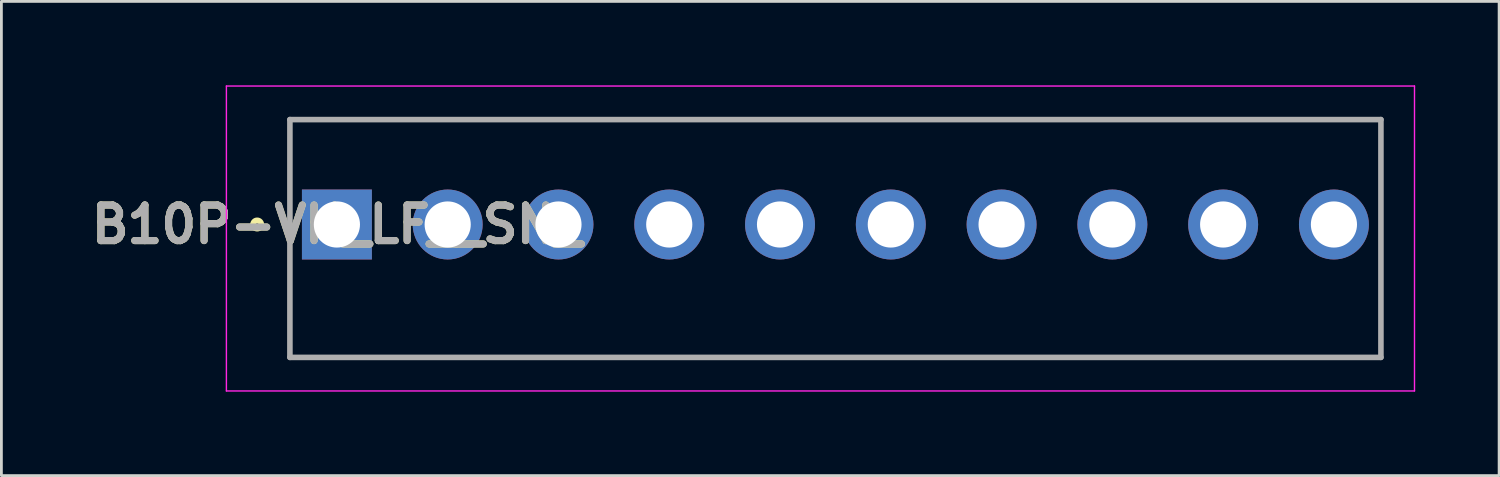
<source format=kicad_pcb>
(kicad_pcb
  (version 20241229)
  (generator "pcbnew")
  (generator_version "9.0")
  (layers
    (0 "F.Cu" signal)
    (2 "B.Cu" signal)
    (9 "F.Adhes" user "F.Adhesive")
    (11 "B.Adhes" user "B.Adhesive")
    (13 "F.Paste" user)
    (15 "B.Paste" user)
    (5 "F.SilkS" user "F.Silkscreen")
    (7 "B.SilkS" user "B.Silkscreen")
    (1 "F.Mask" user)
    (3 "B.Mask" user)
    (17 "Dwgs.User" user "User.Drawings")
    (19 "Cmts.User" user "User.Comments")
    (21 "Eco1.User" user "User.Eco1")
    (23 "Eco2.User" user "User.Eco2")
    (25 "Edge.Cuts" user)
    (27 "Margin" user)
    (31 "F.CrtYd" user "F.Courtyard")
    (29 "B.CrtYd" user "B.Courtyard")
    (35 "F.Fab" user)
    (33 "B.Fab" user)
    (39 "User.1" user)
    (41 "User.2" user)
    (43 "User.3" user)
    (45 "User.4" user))
  (footprint "B10P-VH_LF__SN_"
    (layer "F.Cu")
    (at 8.993 4.975)
    (property "Reference" "B10P-VH_LF__SN_" (at 0 0 0) (layer "F.SilkS") (effects (font (size 1.27 1.27) (thickness 0.254))))
    (attr through_hole)
    (fp_line (start -1.68 -3.75) (end 37.32 -3.75) (stroke (width 0.1) (type solid)) (layer "F.SilkS"))
    (fp_line (start -1.68 4.75) (end -1.68 -3.75) (stroke (width 0.1) (type solid)) (layer "F.SilkS"))
    (fp_line (start 37.32 -3.75) (end 37.32 4.75) (stroke (width 0.1) (type solid)) (layer "F.SilkS"))
    (fp_line (start 37.32 4.75) (end -1.68 4.75) (stroke (width 0.1) (type solid)) (layer "F.SilkS"))
    (fp_circle (center -2.85 0) (end -2.85 0.05) (stroke (width 0.2) (type solid)) (fill no) (layer "F.SilkS"))
    (fp_line (start -3.95 -4.95) (end 38.52 -4.95) (stroke (width 0.05) (type solid)) (layer "F.CrtYd"))
    (fp_line (start -3.95 5.95) (end -3.95 -4.95) (stroke (width 0.05) (type solid)) (layer "F.CrtYd"))
    (fp_line (start 38.52 -4.95) (end 38.52 5.95) (stroke (width 0.05) (type solid)) (layer "F.CrtYd"))
    (fp_line (start 38.52 5.95) (end -3.95 5.95) (stroke (width 0.05) (type solid)) (layer "F.CrtYd"))
    (fp_line (start -1.68 -3.75) (end 37.32 -3.75) (stroke (width 0.2) (type solid)) (layer "F.Fab"))
    (fp_line (start -1.68 4.75) (end -1.68 -3.75) (stroke (width 0.2) (type solid)) (layer "F.Fab"))
    (fp_line (start 37.32 -3.75) (end 37.32 4.75) (stroke (width 0.2) (type solid)) (layer "F.Fab"))
    (fp_line (start 37.32 4.75) (end -1.68 4.75) (stroke (width 0.2) (type solid)) (layer "F.Fab"))
    (fp_text user "${REFERENCE}" (at 0 0 0) (layer "F.Fab") (effects (font (size 1.27 1.27) (thickness 0.254))))
    (pad "1" thru_hole rect (at 0 0) (size 2.5 2.5) (drill 1.65) (layers "*.Cu" "*.Mask"))
    (pad "2" thru_hole circle (at 3.96 0) (size 2.5 2.5) (drill 1.65) (layers "*.Cu" "*.Mask"))
    (pad "3" thru_hole circle (at 7.92 0) (size 2.5 2.5) (drill 1.65) (layers "*.Cu" "*.Mask"))
    (pad "4" thru_hole circle (at 11.88 0) (size 2.5 2.5) (drill 1.65) (layers "*.Cu" "*.Mask"))
    (pad "5" thru_hole circle (at 15.84 0) (size 2.5 2.5) (drill 1.65) (layers "*.Cu" "*.Mask"))
    (pad "6" thru_hole circle (at 19.8 0) (size 2.5 2.5) (drill 1.65) (layers "*.Cu" "*.Mask"))
    (pad "7" thru_hole circle (at 23.76 0) (size 2.5 2.5) (drill 1.65) (layers "*.Cu" "*.Mask"))
    (pad "8" thru_hole circle (at 27.72 0) (size 2.5 2.5) (drill 1.65) (layers "*.Cu" "*.Mask"))
    (pad "9" thru_hole circle (at 31.68 0) (size 2.5 2.5) (drill 1.65) (layers "*.Cu" "*.Mask"))
    (pad "10" thru_hole circle (at 35.64 0) (size 2.5 2.5) (drill 1.65) (layers "*.Cu" "*.Mask")))
  (gr_rect
    (start -3 -3)
    (end 50.538 13.95)
    (stroke (width 0.1) (type default))
    (fill no)
    (layer "Edge.Cuts")))
</source>
